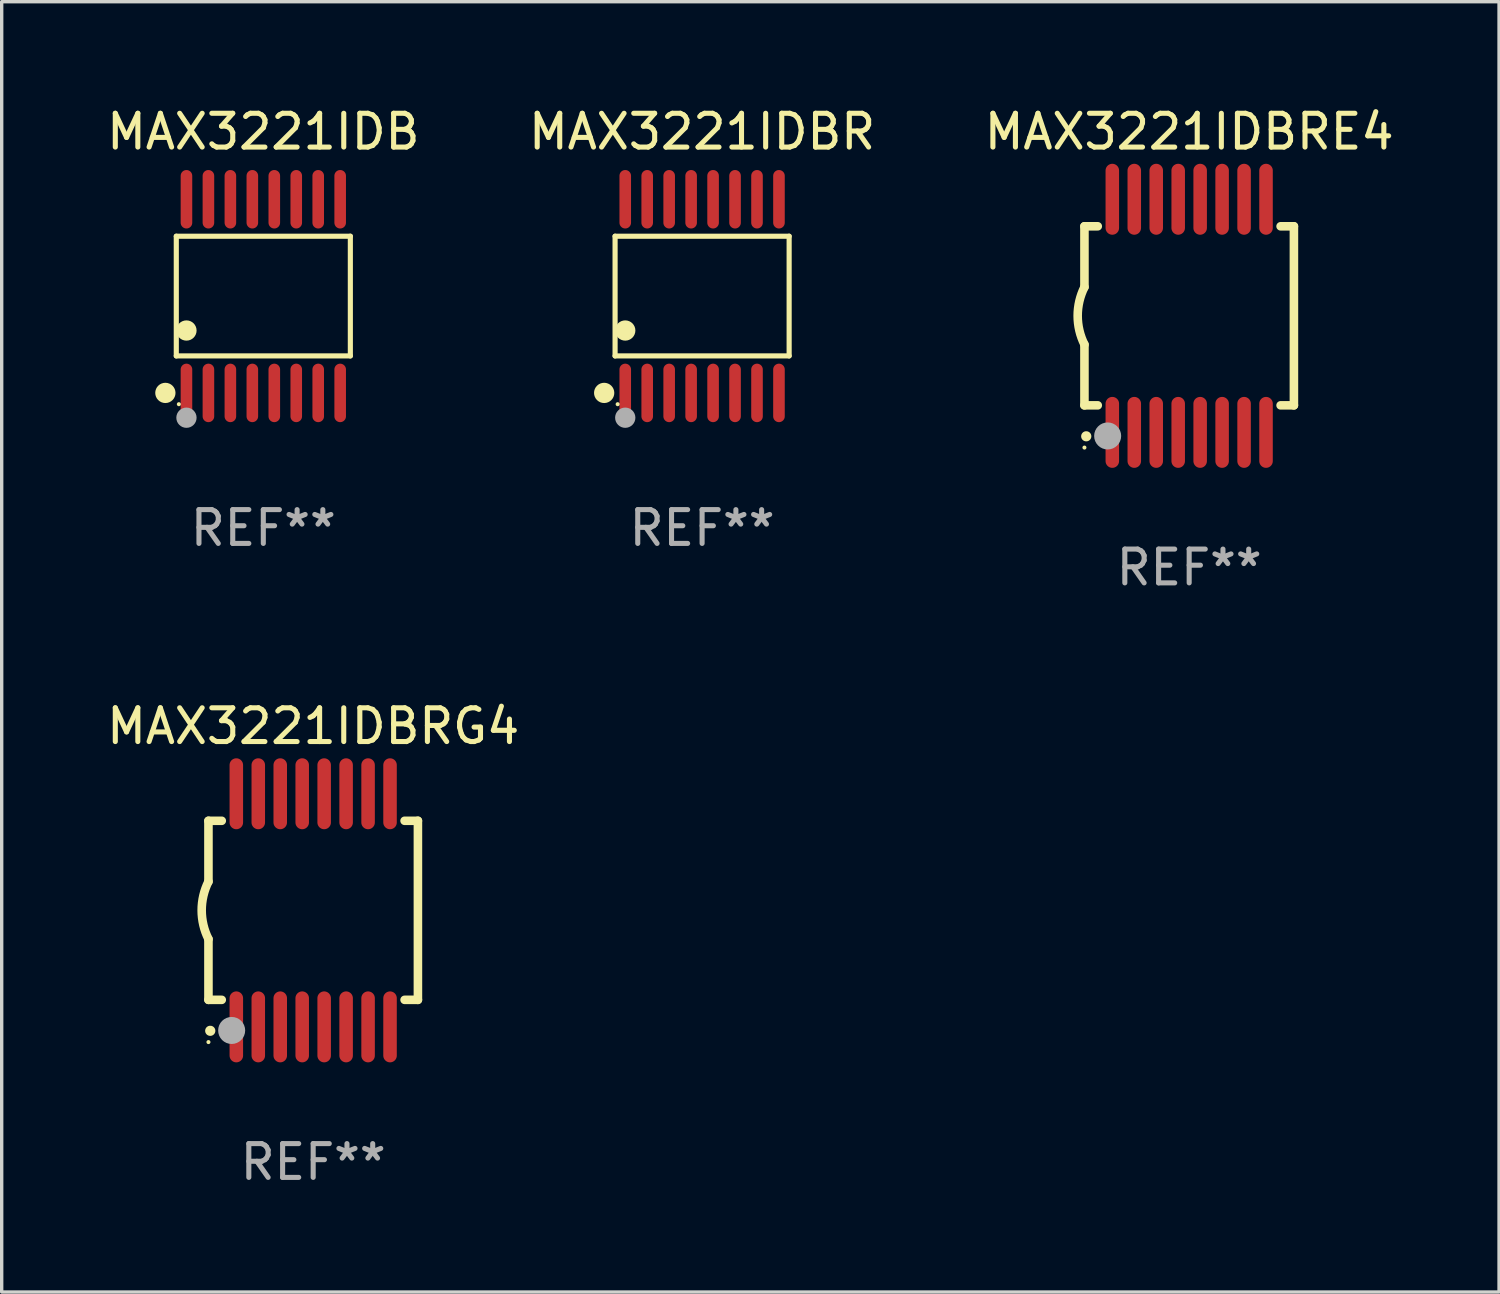
<source format=kicad_pcb>
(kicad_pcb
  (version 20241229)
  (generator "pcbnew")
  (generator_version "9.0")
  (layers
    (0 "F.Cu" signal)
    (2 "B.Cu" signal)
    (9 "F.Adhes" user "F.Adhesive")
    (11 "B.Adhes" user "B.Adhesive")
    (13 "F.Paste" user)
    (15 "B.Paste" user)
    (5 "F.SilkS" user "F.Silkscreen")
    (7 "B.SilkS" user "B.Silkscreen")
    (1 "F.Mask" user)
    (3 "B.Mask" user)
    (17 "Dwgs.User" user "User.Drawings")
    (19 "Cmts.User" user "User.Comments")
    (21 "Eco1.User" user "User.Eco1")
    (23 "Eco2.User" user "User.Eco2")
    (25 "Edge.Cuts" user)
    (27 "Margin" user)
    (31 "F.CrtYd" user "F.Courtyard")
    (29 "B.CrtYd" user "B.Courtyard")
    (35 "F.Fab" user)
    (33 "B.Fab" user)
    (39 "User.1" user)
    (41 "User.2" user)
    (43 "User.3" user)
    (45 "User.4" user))
  (footprint "MAX3221IDBR"
    (layer "F.Cu")
    (at 17.732 5.714)
    (property "Reference" "MAX3221IDBR" (at 0 -4.866 0) (layer "F.SilkS") (effects (font (size 1 1) (thickness 0.15))))
    (attr through_hole)
    (fp_line (start -2.576 -1.772) (end 2.576 -1.772) (stroke (width 0.152) (type solid)) (layer "F.SilkS"))
    (fp_line (start -2.576 1.771) (end -2.576 -1.772) (stroke (width 0.152) (type solid)) (layer "F.SilkS"))
    (fp_line (start 2.576 -1.772) (end 2.576 1.771) (stroke (width 0.152) (type solid)) (layer "F.SilkS"))
    (fp_line (start 2.576 1.771) (end -2.576 1.771) (stroke (width 0.152) (type solid)) (layer "F.SilkS"))
    (fp_circle (center -2.899 2.866) (end -2.749 2.866) (stroke (width 0.3) (type solid)) (fill no) (layer "F.SilkS"))
    (fp_circle (center -2.5 3.2) (end -2.47 3.2) (stroke (width 0.06) (type solid)) (fill no) (layer "F.SilkS"))
    (fp_circle (center -2.275 1.019) (end -2.125 1.019) (stroke (width 0.3) (type solid)) (fill no) (layer "F.SilkS"))
    (fp_circle (center -2.275 3.6) (end -2.125 3.6) (stroke (width 0.3) (type solid)) (fill no) (layer "F.Fab"))
    (fp_text user "REF**" (at 0 6.866 0) (layer "F.Fab") (effects (font (size 1 1) (thickness 0.15))))
    (pad "1" smd oval (at -2.275 2.866) (size 0.343 1.731) (layers "F.Cu" "F.Mask" "F.Paste"))
    (pad "2" smd oval (at -1.625 2.866) (size 0.343 1.731) (layers "F.Cu" "F.Mask" "F.Paste"))
    (pad "3" smd oval (at -0.975 2.866) (size 0.343 1.731) (layers "F.Cu" "F.Mask" "F.Paste"))
    (pad "4" smd oval (at -0.325 2.866) (size 0.343 1.731) (layers "F.Cu" "F.Mask" "F.Paste"))
    (pad "5" smd oval (at 0.325 2.866) (size 0.343 1.731) (layers "F.Cu" "F.Mask" "F.Paste"))
    (pad "6" smd oval (at 0.975 2.866) (size 0.343 1.731) (layers "F.Cu" "F.Mask" "F.Paste"))
    (pad "7" smd oval (at 1.625 2.866) (size 0.343 1.731) (layers "F.Cu" "F.Mask" "F.Paste"))
    (pad "8" smd oval (at 2.275 2.866) (size 0.343 1.731) (layers "F.Cu" "F.Mask" "F.Paste"))
    (pad "9" smd oval (at 2.275 -2.866) (size 0.343 1.731) (layers "F.Cu" "F.Mask" "F.Paste"))
    (pad "10" smd oval (at 1.625 -2.866) (size 0.343 1.731) (layers "F.Cu" "F.Mask" "F.Paste"))
    (pad "11" smd oval (at 0.975 -2.866) (size 0.343 1.731) (layers "F.Cu" "F.Mask" "F.Paste"))
    (pad "12" smd oval (at 0.325 -2.866) (size 0.343 1.731) (layers "F.Cu" "F.Mask" "F.Paste"))
    (pad "13" smd oval (at -0.325 -2.866) (size 0.343 1.731) (layers "F.Cu" "F.Mask" "F.Paste"))
    (pad "14" smd oval (at -0.975 -2.866) (size 0.343 1.731) (layers "F.Cu" "F.Mask" "F.Paste"))
    (pad "15" smd oval (at -1.625 -2.866) (size 0.343 1.731) (layers "F.Cu" "F.Mask" "F.Paste"))
    (pad "16" smd oval (at -2.275 -2.866) (size 0.343 1.731) (layers "F.Cu" "F.Mask" "F.Paste")))
  (footprint "MAX3221IDBRG4"
    (layer "F.Cu")
    (at 6.22 23.895)
    (property "Reference" "MAX3221IDBRG4" (at 0 -5.45 0) (layer "F.SilkS") (effects (font (size 1 1) (thickness 0.15))))
    (attr through_hole)
    (fp_line (start -3.1 -2.65) (end -3.1 -0.85) (stroke (width 0.254) (type solid)) (layer "F.SilkS"))
    (fp_line (start -3.1 -2.65) (end -2.706 -2.65) (stroke (width 0.254) (type solid)) (layer "F.SilkS"))
    (fp_line (start -3.1 2.65) (end -3.1 0.85) (stroke (width 0.254) (type solid)) (layer "F.SilkS"))
    (fp_line (start -3.1 2.65) (end -2.706 2.65) (stroke (width 0.254) (type solid)) (layer "F.SilkS"))
    (fp_line (start 2.706 -2.65) (end 3.1 -2.65) (stroke (width 0.254) (type solid)) (layer "F.SilkS"))
    (fp_line (start 2.706 2.65) (end 3.1 2.65) (stroke (width 0.254) (type solid)) (layer "F.SilkS"))
    (fp_line (start 3.1 -2.65) (end 3.1 2.65) (stroke (width 0.254) (type solid)) (layer "F.SilkS"))
    (fp_arc (start -3.098907 0.850902) (mid -3.300057 0.000523) (end -3.1 -0.850114) (stroke (width 0.254001) (type solid)) (layer "F.SilkS"))
    (fp_arc (start -3.048006 3.566066) (mid -3.046736 3.566061) (end -3.045466 3.566066) (stroke (width 0.3) (type solid)) (layer "F.SilkS"))
    (fp_circle (center -3.1 3.9) (end -3.07 3.9) (stroke (width 0.06) (type solid)) (fill no) (layer "F.SilkS"))
    (fp_circle (center -2.413 3.556) (end -2.213 3.556) (stroke (width 0.4) (type solid)) (fill no) (layer "F.Fab"))
    (fp_text user "REF**" (at 0 7.45 0) (layer "F.Fab") (effects (font (size 1 1) (thickness 0.15))))
    (pad "1" smd oval (at -2.275 3.45 180) (size 0.4 2.1) (layers "F.Cu" "F.Mask" "F.Paste"))
    (pad "2" smd oval (at -1.625 3.45 180) (size 0.4 2.1) (layers "F.Cu" "F.Mask" "F.Paste"))
    (pad "3" smd oval (at -0.975 3.45 180) (size 0.4 2.1) (layers "F.Cu" "F.Mask" "F.Paste"))
    (pad "4" smd oval (at -0.325 3.45 180) (size 0.4 2.1) (layers "F.Cu" "F.Mask" "F.Paste"))
    (pad "5" smd oval (at 0.325 3.45 180) (size 0.4 2.1) (layers "F.Cu" "F.Mask" "F.Paste"))
    (pad "6" smd oval (at 0.975 3.45 180) (size 0.4 2.1) (layers "F.Cu" "F.Mask" "F.Paste"))
    (pad "7" smd oval (at 1.625 3.45 180) (size 0.4 2.1) (layers "F.Cu" "F.Mask" "F.Paste"))
    (pad "8" smd oval (at 2.275 3.45 180) (size 0.4 2.1) (layers "F.Cu" "F.Mask" "F.Paste"))
    (pad "9" smd oval (at 2.275 -3.45 180) (size 0.4 2.1) (layers "F.Cu" "F.Mask" "F.Paste"))
    (pad "10" smd oval (at 1.625 -3.45 180) (size 0.4 2.1) (layers "F.Cu" "F.Mask" "F.Paste"))
    (pad "11" smd oval (at 0.975 -3.45 180) (size 0.4 2.1) (layers "F.Cu" "F.Mask" "F.Paste"))
    (pad "12" smd oval (at 0.325 -3.45 180) (size 0.4 2.1) (layers "F.Cu" "F.Mask" "F.Paste"))
    (pad "13" smd oval (at -0.325 -3.45 180) (size 0.4 2.1) (layers "F.Cu" "F.Mask" "F.Paste"))
    (pad "14" smd oval (at -0.975 -3.45 180) (size 0.4 2.1) (layers "F.Cu" "F.Mask" "F.Paste"))
    (pad "15" smd oval (at -1.625 -3.45 180) (size 0.4 2.1) (layers "F.Cu" "F.Mask" "F.Paste"))
    (pad "16" smd oval (at -2.275 -3.45 180) (size 0.4 2.1) (layers "F.Cu" "F.Mask" "F.Paste")))
  (footprint "MAX3221IDB"
    (layer "F.Cu")
    (at 4.744 5.714)
    (property "Reference" "MAX3221IDB" (at 0 -4.866 0) (layer "F.SilkS") (effects (font (size 1 1) (thickness 0.15))))
    (attr through_hole)
    (fp_line (start -2.576 -1.772) (end 2.576 -1.772) (stroke (width 0.152) (type solid)) (layer "F.SilkS"))
    (fp_line (start -2.576 1.771) (end -2.576 -1.772) (stroke (width 0.152) (type solid)) (layer "F.SilkS"))
    (fp_line (start 2.576 -1.772) (end 2.576 1.771) (stroke (width 0.152) (type solid)) (layer "F.SilkS"))
    (fp_line (start 2.576 1.771) (end -2.576 1.771) (stroke (width 0.152) (type solid)) (layer "F.SilkS"))
    (fp_circle (center -2.899 2.866) (end -2.749 2.866) (stroke (width 0.3) (type solid)) (fill no) (layer "F.SilkS"))
    (fp_circle (center -2.5 3.2) (end -2.47 3.2) (stroke (width 0.06) (type solid)) (fill no) (layer "F.SilkS"))
    (fp_circle (center -2.275 1.019) (end -2.125 1.019) (stroke (width 0.3) (type solid)) (fill no) (layer "F.SilkS"))
    (fp_circle (center -2.275 3.6) (end -2.125 3.6) (stroke (width 0.3) (type solid)) (fill no) (layer "F.Fab"))
    (fp_text user "REF**" (at 0 6.866 0) (layer "F.Fab") (effects (font (size 1 1) (thickness 0.15))))
    (pad "1" smd oval (at -2.275 2.866) (size 0.343 1.731) (layers "F.Cu" "F.Mask" "F.Paste"))
    (pad "2" smd oval (at -1.625 2.866) (size 0.343 1.731) (layers "F.Cu" "F.Mask" "F.Paste"))
    (pad "3" smd oval (at -0.975 2.866) (size 0.343 1.731) (layers "F.Cu" "F.Mask" "F.Paste"))
    (pad "4" smd oval (at -0.325 2.866) (size 0.343 1.731) (layers "F.Cu" "F.Mask" "F.Paste"))
    (pad "5" smd oval (at 0.325 2.866) (size 0.343 1.731) (layers "F.Cu" "F.Mask" "F.Paste"))
    (pad "6" smd oval (at 0.975 2.866) (size 0.343 1.731) (layers "F.Cu" "F.Mask" "F.Paste"))
    (pad "7" smd oval (at 1.625 2.866) (size 0.343 1.731) (layers "F.Cu" "F.Mask" "F.Paste"))
    (pad "8" smd oval (at 2.275 2.866) (size 0.343 1.731) (layers "F.Cu" "F.Mask" "F.Paste"))
    (pad "9" smd oval (at 2.275 -2.866) (size 0.343 1.731) (layers "F.Cu" "F.Mask" "F.Paste"))
    (pad "10" smd oval (at 1.625 -2.866) (size 0.343 1.731) (layers "F.Cu" "F.Mask" "F.Paste"))
    (pad "11" smd oval (at 0.975 -2.866) (size 0.343 1.731) (layers "F.Cu" "F.Mask" "F.Paste"))
    (pad "12" smd oval (at 0.325 -2.866) (size 0.343 1.731) (layers "F.Cu" "F.Mask" "F.Paste"))
    (pad "13" smd oval (at -0.325 -2.866) (size 0.343 1.731) (layers "F.Cu" "F.Mask" "F.Paste"))
    (pad "14" smd oval (at -0.975 -2.866) (size 0.343 1.731) (layers "F.Cu" "F.Mask" "F.Paste"))
    (pad "15" smd oval (at -1.625 -2.866) (size 0.343 1.731) (layers "F.Cu" "F.Mask" "F.Paste"))
    (pad "16" smd oval (at -2.275 -2.866) (size 0.343 1.731) (layers "F.Cu" "F.Mask" "F.Paste")))
  (footprint "MAX3221IDBRE4"
    (layer "F.Cu")
    (at 32.149 6.298)
    (property "Reference" "MAX3221IDBRE4" (at 0 -5.45 0) (layer "F.SilkS") (effects (font (size 1 1) (thickness 0.15))))
    (attr through_hole)
    (fp_line (start -3.1 -2.65) (end -3.1 -0.85) (stroke (width 0.254) (type solid)) (layer "F.SilkS"))
    (fp_line (start -3.1 -2.65) (end -2.706 -2.65) (stroke (width 0.254) (type solid)) (layer "F.SilkS"))
    (fp_line (start -3.1 2.65) (end -3.1 0.85) (stroke (width 0.254) (type solid)) (layer "F.SilkS"))
    (fp_line (start -3.1 2.65) (end -2.706 2.65) (stroke (width 0.254) (type solid)) (layer "F.SilkS"))
    (fp_line (start 2.706 -2.65) (end 3.1 -2.65) (stroke (width 0.254) (type solid)) (layer "F.SilkS"))
    (fp_line (start 2.706 2.65) (end 3.1 2.65) (stroke (width 0.254) (type solid)) (layer "F.SilkS"))
    (fp_line (start 3.1 -2.65) (end 3.1 2.65) (stroke (width 0.254) (type solid)) (layer "F.SilkS"))
    (fp_arc (start -3.098907 0.850902) (mid -3.300057 0.000523) (end -3.1 -0.850114) (stroke (width 0.254001) (type solid)) (layer "F.SilkS"))
    (fp_arc (start -3.048006 3.566066) (mid -3.046736 3.566061) (end -3.045466 3.566066) (stroke (width 0.3) (type solid)) (layer "F.SilkS"))
    (fp_circle (center -3.1 3.9) (end -3.07 3.9) (stroke (width 0.06) (type solid)) (fill no) (layer "F.SilkS"))
    (fp_circle (center -2.413 3.556) (end -2.213 3.556) (stroke (width 0.4) (type solid)) (fill no) (layer "F.Fab"))
    (fp_text user "REF**" (at 0 7.45 0) (layer "F.Fab") (effects (font (size 1 1) (thickness 0.15))))
    (pad "1" smd oval (at -2.275 3.45 180) (size 0.4 2.1) (layers "F.Cu" "F.Mask" "F.Paste"))
    (pad "2" smd oval (at -1.625 3.45 180) (size 0.4 2.1) (layers "F.Cu" "F.Mask" "F.Paste"))
    (pad "3" smd oval (at -0.975 3.45 180) (size 0.4 2.1) (layers "F.Cu" "F.Mask" "F.Paste"))
    (pad "4" smd oval (at -0.325 3.45 180) (size 0.4 2.1) (layers "F.Cu" "F.Mask" "F.Paste"))
    (pad "5" smd oval (at 0.325 3.45 180) (size 0.4 2.1) (layers "F.Cu" "F.Mask" "F.Paste"))
    (pad "6" smd oval (at 0.975 3.45 180) (size 0.4 2.1) (layers "F.Cu" "F.Mask" "F.Paste"))
    (pad "7" smd oval (at 1.625 3.45 180) (size 0.4 2.1) (layers "F.Cu" "F.Mask" "F.Paste"))
    (pad "8" smd oval (at 2.275 3.45 180) (size 0.4 2.1) (layers "F.Cu" "F.Mask" "F.Paste"))
    (pad "9" smd oval (at 2.275 -3.45 180) (size 0.4 2.1) (layers "F.Cu" "F.Mask" "F.Paste"))
    (pad "10" smd oval (at 1.625 -3.45 180) (size 0.4 2.1) (layers "F.Cu" "F.Mask" "F.Paste"))
    (pad "11" smd oval (at 0.975 -3.45 180) (size 0.4 2.1) (layers "F.Cu" "F.Mask" "F.Paste"))
    (pad "12" smd oval (at 0.325 -3.45 180) (size 0.4 2.1) (layers "F.Cu" "F.Mask" "F.Paste"))
    (pad "13" smd oval (at -0.325 -3.45 180) (size 0.4 2.1) (layers "F.Cu" "F.Mask" "F.Paste"))
    (pad "14" smd oval (at -0.975 -3.45 180) (size 0.4 2.1) (layers "F.Cu" "F.Mask" "F.Paste"))
    (pad "15" smd oval (at -1.625 -3.45 180) (size 0.4 2.1) (layers "F.Cu" "F.Mask" "F.Paste"))
    (pad "16" smd oval (at -2.275 -3.45 180) (size 0.4 2.1) (layers "F.Cu" "F.Mask" "F.Paste")))
  (gr_rect
    (start -3 -3)
    (end 41.321 35.193)
    (stroke (width 0.1) (type default))
    (fill no)
    (layer "Edge.Cuts")))
</source>
